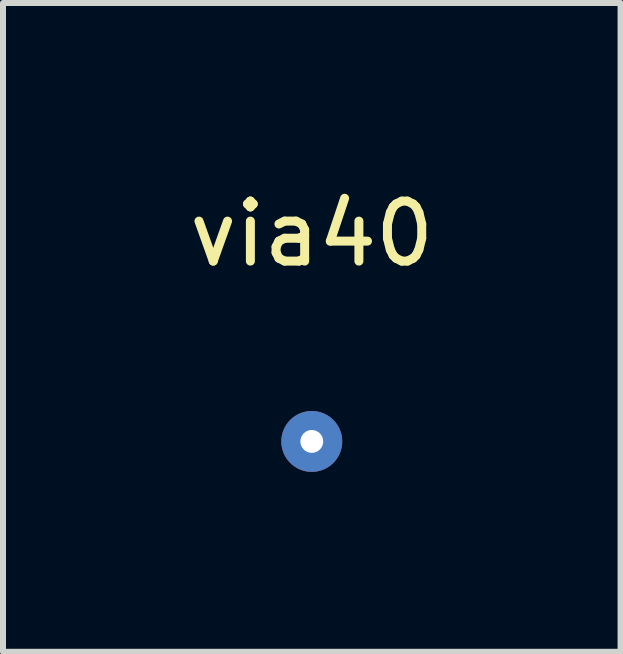
<source format=kicad_pcb>
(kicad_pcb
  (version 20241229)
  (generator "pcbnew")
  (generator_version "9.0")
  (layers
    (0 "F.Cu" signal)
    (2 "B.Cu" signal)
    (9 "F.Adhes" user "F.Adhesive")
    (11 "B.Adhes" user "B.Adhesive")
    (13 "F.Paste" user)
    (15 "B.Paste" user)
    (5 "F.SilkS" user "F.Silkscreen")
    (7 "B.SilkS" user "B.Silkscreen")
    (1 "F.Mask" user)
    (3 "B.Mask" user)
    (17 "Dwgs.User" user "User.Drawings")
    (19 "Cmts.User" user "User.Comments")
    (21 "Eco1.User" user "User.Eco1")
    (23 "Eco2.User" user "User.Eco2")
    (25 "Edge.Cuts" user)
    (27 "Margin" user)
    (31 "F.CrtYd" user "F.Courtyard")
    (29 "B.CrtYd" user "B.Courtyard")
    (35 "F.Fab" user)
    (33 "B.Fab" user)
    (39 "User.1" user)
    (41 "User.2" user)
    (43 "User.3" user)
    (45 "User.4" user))
  (footprint "via40"
    (layer "F.Cu")
    (at 2.149 4.311)
    (property "Reference" "via40" (at 0 -3.462 0) (layer "F.SilkS") (effects (font (size 1 1) (thickness 0.15))))
    (attr through_hole)
    (pad "1" thru_hole circle (at 0 0) (size 1.016 1.016) (drill 0.381) (layers "*.Cu" "*.Mask")))
  (gr_rect
    (start -3 -3)
    (end 7.298 7.819)
    (stroke (width 0.1) (type default))
    (fill no)
    (layer "Edge.Cuts")))
</source>
